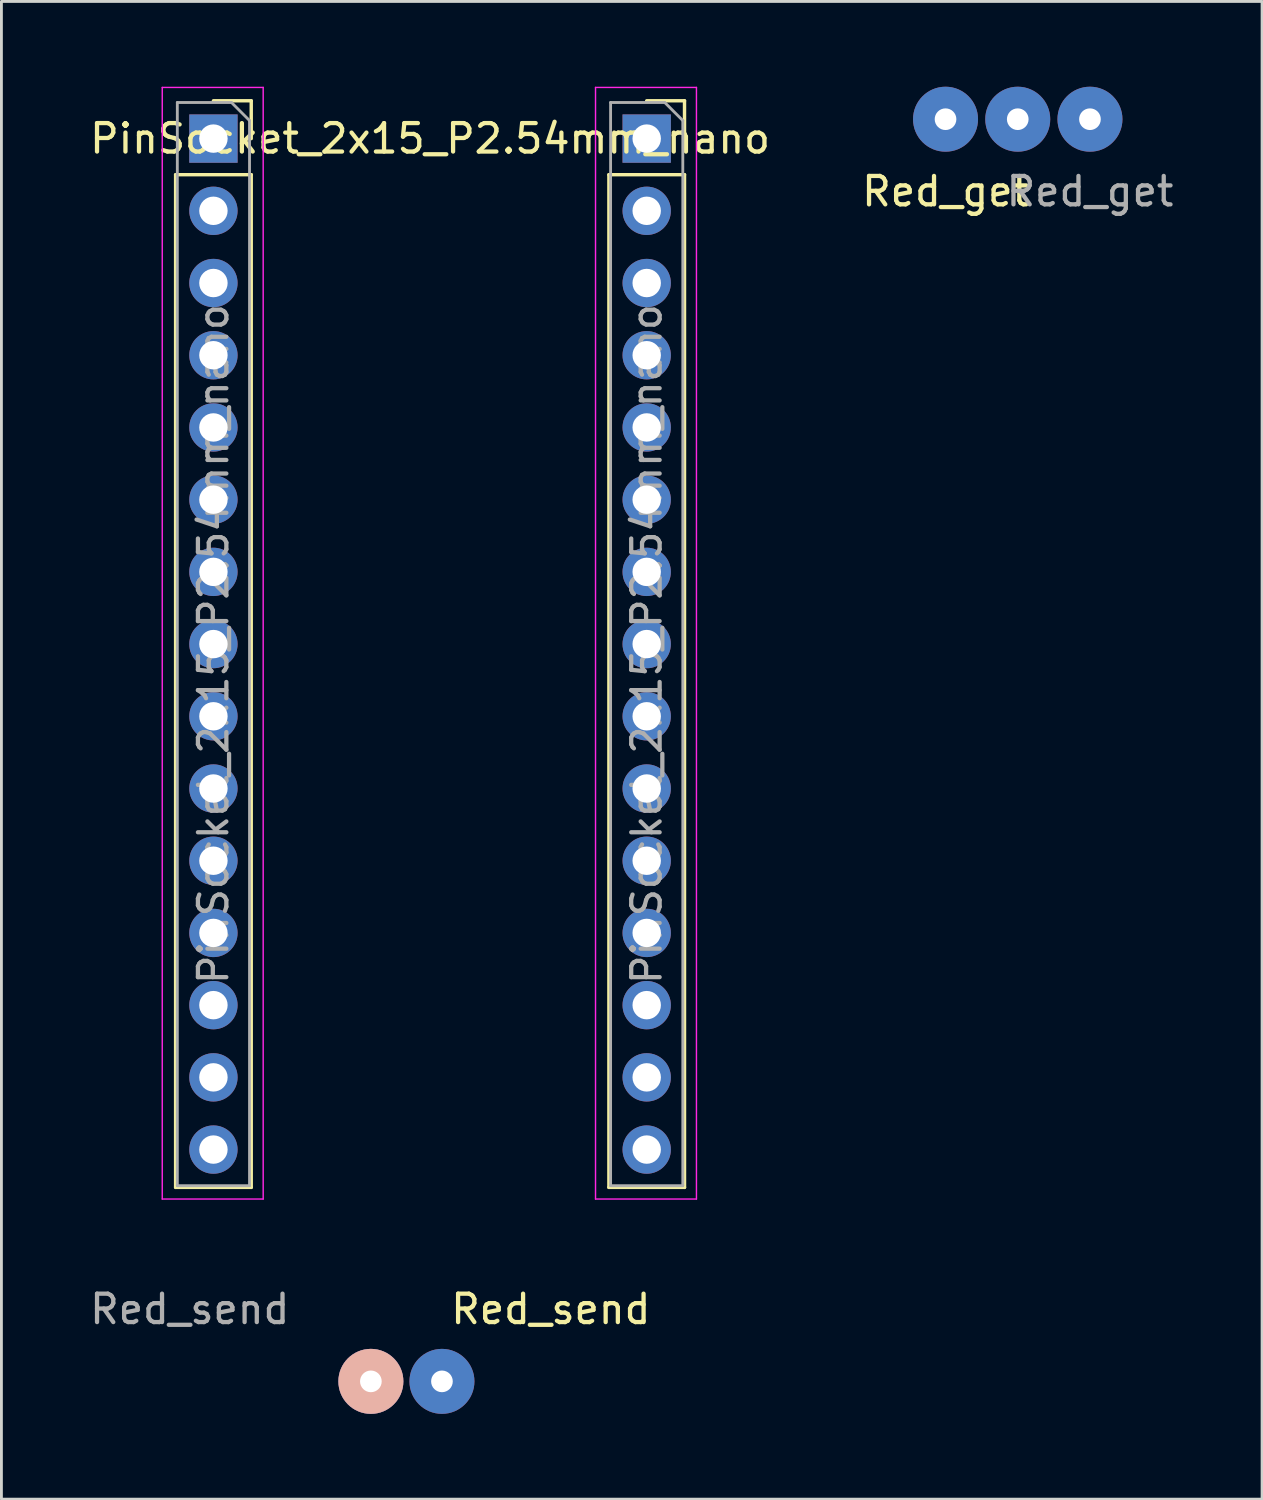
<source format=kicad_pcb>
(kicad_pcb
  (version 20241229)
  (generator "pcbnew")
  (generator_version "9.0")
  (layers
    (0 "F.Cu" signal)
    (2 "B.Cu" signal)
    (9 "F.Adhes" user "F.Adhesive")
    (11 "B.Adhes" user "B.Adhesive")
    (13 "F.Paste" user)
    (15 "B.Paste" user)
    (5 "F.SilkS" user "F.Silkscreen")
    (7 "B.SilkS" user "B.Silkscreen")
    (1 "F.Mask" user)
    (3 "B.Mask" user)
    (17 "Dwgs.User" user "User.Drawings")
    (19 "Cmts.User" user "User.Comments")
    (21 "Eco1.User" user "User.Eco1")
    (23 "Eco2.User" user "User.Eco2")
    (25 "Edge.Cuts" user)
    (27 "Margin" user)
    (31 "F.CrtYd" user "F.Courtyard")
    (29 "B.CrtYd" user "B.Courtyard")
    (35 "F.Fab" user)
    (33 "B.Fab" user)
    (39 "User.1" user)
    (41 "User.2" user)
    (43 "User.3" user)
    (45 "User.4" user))
  (footprint "PinSocket_2x15_P2.54mm_nano"
    (layer "F.Cu")
    (at 12.077 1.825)
    (property "Reference" "PinSocket_2x15_P2.54mm_nano" (at 0 0 0) (layer "F.SilkS") (effects (font (size 1 1) (thickness 0.15))))
    (attr through_hole)
    (fp_line (start -8.95 1.27) (end -8.95 36.89) (stroke (width 0.12) (type solid)) (layer "F.SilkS"))
    (fp_line (start -8.95 1.27) (end -6.29 1.27) (stroke (width 0.12) (type solid)) (layer "F.SilkS"))
    (fp_line (start -8.95 36.89) (end -6.29 36.89) (stroke (width 0.12) (type solid)) (layer "F.SilkS"))
    (fp_line (start -7.62 -1.33) (end -6.29 -1.33) (stroke (width 0.12) (type solid)) (layer "F.SilkS"))
    (fp_line (start -6.29 -1.33) (end -6.29 0) (stroke (width 0.12) (type solid)) (layer "F.SilkS"))
    (fp_line (start -6.29 1.27) (end -6.29 36.89) (stroke (width 0.12) (type solid)) (layer "F.SilkS"))
    (fp_line (start 6.29 1.27) (end 6.29 36.89) (stroke (width 0.12) (type solid)) (layer "F.SilkS"))
    (fp_line (start 6.29 1.27) (end 8.95 1.27) (stroke (width 0.12) (type solid)) (layer "F.SilkS"))
    (fp_line (start 6.29 36.89) (end 8.95 36.89) (stroke (width 0.12) (type solid)) (layer "F.SilkS"))
    (fp_line (start 7.62 -1.33) (end 8.95 -1.33) (stroke (width 0.12) (type solid)) (layer "F.SilkS"))
    (fp_line (start 8.95 -1.33) (end 8.95 0) (stroke (width 0.12) (type solid)) (layer "F.SilkS"))
    (fp_line (start 8.95 1.27) (end 8.95 36.89) (stroke (width 0.12) (type solid)) (layer "F.SilkS"))
    (fp_line (start -9.42 -1.8) (end -5.87 -1.8) (stroke (width 0.05) (type solid)) (layer "F.CrtYd"))
    (fp_line (start -9.42 37.3) (end -9.42 -1.8) (stroke (width 0.05) (type solid)) (layer "F.CrtYd"))
    (fp_line (start -5.87 -1.8) (end -5.87 37.3) (stroke (width 0.05) (type solid)) (layer "F.CrtYd"))
    (fp_line (start -5.87 37.3) (end -9.42 37.3) (stroke (width 0.05) (type solid)) (layer "F.CrtYd"))
    (fp_line (start 5.82 -1.8) (end 9.37 -1.8) (stroke (width 0.05) (type solid)) (layer "F.CrtYd"))
    (fp_line (start 5.82 37.3) (end 5.82 -1.8) (stroke (width 0.05) (type solid)) (layer "F.CrtYd"))
    (fp_line (start 9.37 -1.8) (end 9.37 37.3) (stroke (width 0.05) (type solid)) (layer "F.CrtYd"))
    (fp_line (start 9.37 37.3) (end 5.82 37.3) (stroke (width 0.05) (type solid)) (layer "F.CrtYd"))
    (fp_line (start -8.89 -1.27) (end -6.985 -1.27) (stroke (width 0.1) (type solid)) (layer "F.Fab"))
    (fp_line (start -8.89 36.83) (end -8.89 -1.27) (stroke (width 0.1) (type solid)) (layer "F.Fab"))
    (fp_line (start -6.985 -1.27) (end -6.35 -0.635) (stroke (width 0.1) (type solid)) (layer "F.Fab"))
    (fp_line (start -6.35 -0.635) (end -6.35 36.83) (stroke (width 0.1) (type solid)) (layer "F.Fab"))
    (fp_line (start -6.35 36.83) (end -8.89 36.83) (stroke (width 0.1) (type solid)) (layer "F.Fab"))
    (fp_line (start 6.35 -1.27) (end 8.255 -1.27) (stroke (width 0.1) (type solid)) (layer "F.Fab"))
    (fp_line (start 6.35 36.83) (end 6.35 -1.27) (stroke (width 0.1) (type solid)) (layer "F.Fab"))
    (fp_line (start 8.255 -1.27) (end 8.89 -0.635) (stroke (width 0.1) (type solid)) (layer "F.Fab"))
    (fp_line (start 8.89 -0.635) (end 8.89 36.83) (stroke (width 0.1) (type solid)) (layer "F.Fab"))
    (fp_line (start 8.89 36.83) (end 6.35 36.83) (stroke (width 0.1) (type solid)) (layer "F.Fab"))
    (fp_text user "${REFERENCE}" (at 7.62 17.78 90) (layer "F.Fab") (effects (font (size 1 1) (thickness 0.15))))
    (fp_text user "${REFERENCE}" (at -7.62 17.78 90) (layer "F.Fab") (effects (font (size 1 1) (thickness 0.15))))
    (pad "1" thru_hole rect (at -7.62 0) (size 1.7 1.7) (drill 1) (layers "*.Cu" "*.Mask"))
    (pad "2" thru_hole oval (at -7.62 2.54) (size 1.7 1.7) (drill 1) (layers "*.Cu" "*.Mask"))
    (pad "3" thru_hole oval (at -7.62 5.08) (size 1.7 1.7) (drill 1) (layers "*.Cu" "*.Mask"))
    (pad "4" thru_hole oval (at -7.62 7.62) (size 1.7 1.7) (drill 1) (layers "*.Cu" "*.Mask"))
    (pad "5" thru_hole oval (at -7.62 10.16) (size 1.7 1.7) (drill 1) (layers "*.Cu" "*.Mask"))
    (pad "6" thru_hole oval (at -7.62 12.7) (size 1.7 1.7) (drill 1) (layers "*.Cu" "*.Mask"))
    (pad "7" thru_hole oval (at -7.62 15.24) (size 1.7 1.7) (drill 1) (layers "*.Cu" "*.Mask"))
    (pad "8" thru_hole oval (at -7.62 17.78) (size 1.7 1.7) (drill 1) (layers "*.Cu" "*.Mask"))
    (pad "9" thru_hole oval (at -7.62 20.32) (size 1.7 1.7) (drill 1) (layers "*.Cu" "*.Mask"))
    (pad "10" thru_hole oval (at -7.62 22.86) (size 1.7 1.7) (drill 1) (layers "*.Cu" "*.Mask"))
    (pad "11" thru_hole oval (at -7.62 25.4) (size 1.7 1.7) (drill 1) (layers "*.Cu" "*.Mask"))
    (pad "12" thru_hole oval (at -7.62 27.94) (size 1.7 1.7) (drill 1) (layers "*.Cu" "*.Mask"))
    (pad "13" thru_hole oval (at -7.62 30.48) (size 1.7 1.7) (drill 1) (layers "*.Cu" "*.Mask"))
    (pad "14" thru_hole oval (at -7.62 33.02) (size 1.7 1.7) (drill 1) (layers "*.Cu" "*.Mask"))
    (pad "15" thru_hole oval (at -7.62 35.56) (size 1.7 1.7) (drill 1) (layers "*.Cu" "*.Mask"))
    (pad "16" thru_hole rect (at 7.62 0) (size 1.7 1.7) (drill 1) (layers "*.Cu" "*.Mask"))
    (pad "17" thru_hole oval (at 7.62 2.54) (size 1.7 1.7) (drill 1) (layers "*.Cu" "*.Mask"))
    (pad "18" thru_hole oval (at 7.62 5.08) (size 1.7 1.7) (drill 1) (layers "*.Cu" "*.Mask"))
    (pad "19" thru_hole oval (at 7.62 7.62) (size 1.7 1.7) (drill 1) (layers "*.Cu" "*.Mask"))
    (pad "20" thru_hole oval (at 7.62 10.16) (size 1.7 1.7) (drill 1) (layers "*.Cu" "*.Mask"))
    (pad "21" thru_hole oval (at 7.62 12.7) (size 1.7 1.7) (drill 1) (layers "*.Cu" "*.Mask"))
    (pad "22" thru_hole oval (at 7.62 15.24) (size 1.7 1.7) (drill 1) (layers "*.Cu" "*.Mask"))
    (pad "23" thru_hole oval (at 7.62 17.78) (size 1.7 1.7) (drill 1) (layers "*.Cu" "*.Mask"))
    (pad "24" thru_hole oval (at 7.62 20.32) (size 1.7 1.7) (drill 1) (layers "*.Cu" "*.Mask"))
    (pad "25" thru_hole oval (at 7.62 22.86) (size 1.7 1.7) (drill 1) (layers "*.Cu" "*.Mask"))
    (pad "26" thru_hole oval (at 7.62 25.4) (size 1.7 1.7) (drill 1) (layers "*.Cu" "*.Mask"))
    (pad "27" thru_hole oval (at 7.62 27.94) (size 1.7 1.7) (drill 1) (layers "*.Cu" "*.Mask"))
    (pad "28" thru_hole oval (at 7.62 30.48) (size 1.7 1.7) (drill 1) (layers "*.Cu" "*.Mask"))
    (pad "29" thru_hole oval (at 7.62 33.02) (size 1.7 1.7) (drill 1) (layers "*.Cu" "*.Mask"))
    (pad "30" thru_hole oval (at 7.62 35.56) (size 1.7 1.7) (drill 1) (layers "*.Cu" "*.Mask")))
  (footprint "Red_send"
    (layer "F.Cu")
    (at 11.245 45.538)
    (property "Reference" "Red_send" (at 5.08 -2.54 0) (unlocked yes) (layer "F.SilkS") (effects (font (size 1 1) (thickness 0.15))))
    (attr through_hole)
    (fp_text user "${REFERENCE}" (at -7.62 -2.54 0) (unlocked yes) (layer "F.Fab") (effects (font (size 1 1) (thickness 0.15))))
    (pad "1" thru_hole circle (at -1.25 0) (size 2.286 2.286) (drill 0.762) (layers "*.Cu" "*.Mask" "B.SilkS"))
    (pad "2" thru_hole circle (at 1.25 0) (size 2.286 2.286) (drill 0.762) (layers "*.Cu" "*.Mask")))
  (footprint "Red_get"
    (layer "F.Cu")
    (at 32.748 1.143)
    (property "Reference" "Red_get" (at -2.54 2.54 0) (unlocked yes) (layer "F.SilkS") (effects (font (size 1 1) (thickness 0.15))))
    (attr through_hole)
    (fp_text user "${REFERENCE}" (at 2.54 2.54 0) (unlocked yes) (layer "F.Fab") (effects (font (size 1 1) (thickness 0.15))))
    (pad "1" thru_hole circle (at 0 0) (size 2.286 2.286) (drill 0.762) (layers "*.Cu" "*.Mask"))
    (pad "2" thru_hole circle (at 2.54 0) (size 2.286 2.286) (drill 0.762) (layers "*.Cu" "*.Mask"))
    (pad "3" thru_hole circle (at -2.54 0) (size 2.286 2.286) (drill 0.762) (layers "*.Cu" "*.Mask")))
  (gr_rect
    (start -3 -3)
    (end 41.342 49.681)
    (stroke (width 0.1) (type default))
    (fill no)
    (layer "Edge.Cuts")))
</source>
